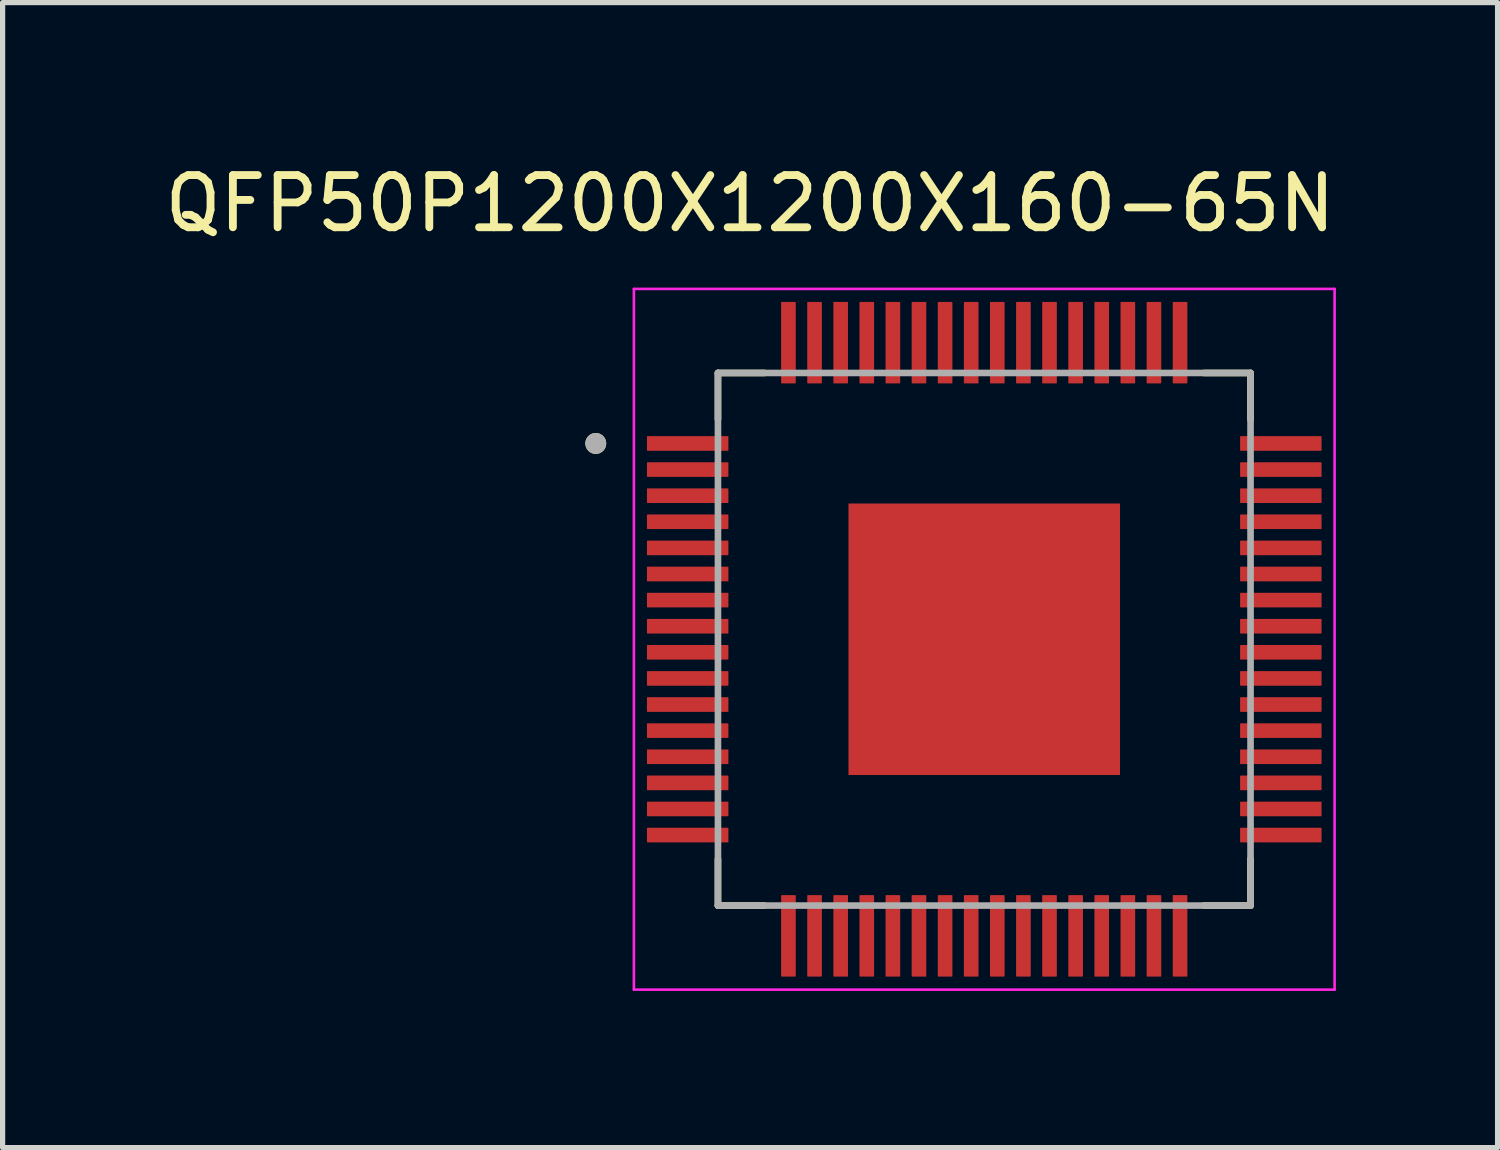
<source format=kicad_pcb>
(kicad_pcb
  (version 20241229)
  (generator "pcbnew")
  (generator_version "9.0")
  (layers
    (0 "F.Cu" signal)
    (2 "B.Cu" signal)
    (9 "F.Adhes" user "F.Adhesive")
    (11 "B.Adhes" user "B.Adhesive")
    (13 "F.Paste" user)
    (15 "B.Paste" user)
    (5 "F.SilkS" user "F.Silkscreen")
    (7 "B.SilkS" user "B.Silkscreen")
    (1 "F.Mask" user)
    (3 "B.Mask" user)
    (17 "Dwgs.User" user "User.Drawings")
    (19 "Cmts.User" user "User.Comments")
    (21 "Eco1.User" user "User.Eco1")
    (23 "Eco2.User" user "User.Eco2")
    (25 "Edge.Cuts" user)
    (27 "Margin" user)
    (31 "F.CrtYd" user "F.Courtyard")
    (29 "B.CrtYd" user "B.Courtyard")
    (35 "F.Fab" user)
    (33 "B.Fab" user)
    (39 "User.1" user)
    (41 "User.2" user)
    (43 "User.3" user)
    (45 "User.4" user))
  (footprint "QFP50P1200X1200X160-65N"
    (layer "F.Cu")
    (at 15.8 9.193)
    (property "Reference" "QFP50P1200X1200X160-65N" (at -4.485 -8.345 0) (layer "F.SilkS") (effects (font (size 1 1) (thickness 0.15))))
    (attr through_hole)
    (fp_line (start -5.1 -5.1) (end -5.1 -4.21) (stroke (width 0.127) (type solid)) (layer "F.SilkS"))
    (fp_line (start -5.1 -5.1) (end -4.21 -5.1) (stroke (width 0.127) (type solid)) (layer "F.SilkS"))
    (fp_line (start -5.1 5.1) (end -5.1 4.21) (stroke (width 0.127) (type solid)) (layer "F.SilkS"))
    (fp_line (start -5.1 5.1) (end -4.21 5.1) (stroke (width 0.127) (type solid)) (layer "F.SilkS"))
    (fp_line (start 5.1 -5.1) (end 4.21 -5.1) (stroke (width 0.127) (type solid)) (layer "F.SilkS"))
    (fp_line (start 5.1 -5.1) (end 5.1 -4.21) (stroke (width 0.127) (type solid)) (layer "F.SilkS"))
    (fp_line (start 5.1 5.1) (end 4.21 5.1) (stroke (width 0.127) (type solid)) (layer "F.SilkS"))
    (fp_line (start 5.1 5.1) (end 5.1 4.21) (stroke (width 0.127) (type solid)) (layer "F.SilkS"))
    (fp_circle (center -7.44 -3.75) (end -7.34 -3.75) (stroke (width 0.2) (type solid)) (fill no) (layer "F.SilkS"))
    (fp_poly (pts (xy -2.12 -2.12) (xy -0.48 -2.12) (xy -0.48 -0.48) (xy -2.12 -0.48)) (stroke (width 0.01) (type solid)) (fill yes) (layer "F.Paste"))
    (fp_poly (pts (xy -2.12 0.48) (xy -0.48 0.48) (xy -0.48 2.12) (xy -2.12 2.12)) (stroke (width 0.01) (type solid)) (fill yes) (layer "F.Paste"))
    (fp_poly (pts (xy 0.48 -2.12) (xy 2.12 -2.12) (xy 2.12 -0.48) (xy 0.48 -0.48)) (stroke (width 0.01) (type solid)) (fill yes) (layer "F.Paste"))
    (fp_poly (pts (xy 0.48 0.48) (xy 2.12 0.48) (xy 2.12 2.12) (xy 0.48 2.12)) (stroke (width 0.01) (type solid)) (fill yes) (layer "F.Paste"))
    (fp_line (start -6.71 -6.71) (end 6.71 -6.71) (stroke (width 0.05) (type solid)) (layer "F.CrtYd"))
    (fp_line (start -6.71 6.71) (end -6.71 -6.71) (stroke (width 0.05) (type solid)) (layer "F.CrtYd"))
    (fp_line (start -6.71 6.71) (end 6.71 6.71) (stroke (width 0.05) (type solid)) (layer "F.CrtYd"))
    (fp_line (start 6.71 6.71) (end 6.71 -6.71) (stroke (width 0.05) (type solid)) (layer "F.CrtYd"))
    (fp_line (start -5.1 5.1) (end -5.1 -5.1) (stroke (width 0.127) (type solid)) (layer "F.Fab"))
    (fp_line (start 5.1 -5.1) (end -5.1 -5.1) (stroke (width 0.127) (type solid)) (layer "F.Fab"))
    (fp_line (start 5.1 5.1) (end -5.1 5.1) (stroke (width 0.127) (type solid)) (layer "F.Fab"))
    (fp_line (start 5.1 5.1) (end 5.1 -5.1) (stroke (width 0.127) (type solid)) (layer "F.Fab"))
    (fp_circle (center -7.44 -3.75) (end -7.34 -3.75) (stroke (width 0.2) (type solid)) (fill no) (layer "F.Fab"))
    (pad "1" smd roundrect (at -5.68 -3.75) (size 1.56 0.28) (layers "F.Cu" "F.Mask" "F.Paste") (roundrect_rratio 0.04))
    (pad "2" smd roundrect (at -5.68 -3.25) (size 1.56 0.28) (layers "F.Cu" "F.Mask" "F.Paste") (roundrect_rratio 0.04))
    (pad "3" smd roundrect (at -5.68 -2.75) (size 1.56 0.28) (layers "F.Cu" "F.Mask" "F.Paste") (roundrect_rratio 0.04))
    (pad "4" smd roundrect (at -5.68 -2.25) (size 1.56 0.28) (layers "F.Cu" "F.Mask" "F.Paste") (roundrect_rratio 0.04))
    (pad "5" smd roundrect (at -5.68 -1.75) (size 1.56 0.28) (layers "F.Cu" "F.Mask" "F.Paste") (roundrect_rratio 0.04))
    (pad "6" smd roundrect (at -5.68 -1.25) (size 1.56 0.28) (layers "F.Cu" "F.Mask" "F.Paste") (roundrect_rratio 0.04))
    (pad "7" smd roundrect (at -5.68 -0.75) (size 1.56 0.28) (layers "F.Cu" "F.Mask" "F.Paste") (roundrect_rratio 0.04))
    (pad "8" smd roundrect (at -5.68 -0.25) (size 1.56 0.28) (layers "F.Cu" "F.Mask" "F.Paste") (roundrect_rratio 0.04))
    (pad "9" smd roundrect (at -5.68 0.25) (size 1.56 0.28) (layers "F.Cu" "F.Mask" "F.Paste") (roundrect_rratio 0.04))
    (pad "10" smd roundrect (at -5.68 0.75) (size 1.56 0.28) (layers "F.Cu" "F.Mask" "F.Paste") (roundrect_rratio 0.04))
    (pad "11" smd roundrect (at -5.68 1.25) (size 1.56 0.28) (layers "F.Cu" "F.Mask" "F.Paste") (roundrect_rratio 0.04))
    (pad "12" smd roundrect (at -5.68 1.75) (size 1.56 0.28) (layers "F.Cu" "F.Mask" "F.Paste") (roundrect_rratio 0.04))
    (pad "13" smd roundrect (at -5.68 2.25) (size 1.56 0.28) (layers "F.Cu" "F.Mask" "F.Paste") (roundrect_rratio 0.04))
    (pad "14" smd roundrect (at -5.68 2.75) (size 1.56 0.28) (layers "F.Cu" "F.Mask" "F.Paste") (roundrect_rratio 0.04))
    (pad "15" smd roundrect (at -5.68 3.25) (size 1.56 0.28) (layers "F.Cu" "F.Mask" "F.Paste") (roundrect_rratio 0.04))
    (pad "16" smd roundrect (at -5.68 3.75) (size 1.56 0.28) (layers "F.Cu" "F.Mask" "F.Paste") (roundrect_rratio 0.04))
    (pad "17" smd roundrect (at -3.75 5.68 90) (size 1.56 0.28) (layers "F.Cu" "F.Mask" "F.Paste") (roundrect_rratio 0.04))
    (pad "18" smd roundrect (at -3.25 5.68 90) (size 1.56 0.28) (layers "F.Cu" "F.Mask" "F.Paste") (roundrect_rratio 0.04))
    (pad "19" smd roundrect (at -2.75 5.68 90) (size 1.56 0.28) (layers "F.Cu" "F.Mask" "F.Paste") (roundrect_rratio 0.04))
    (pad "20" smd roundrect (at -2.25 5.68 90) (size 1.56 0.28) (layers "F.Cu" "F.Mask" "F.Paste") (roundrect_rratio 0.04))
    (pad "21" smd roundrect (at -1.75 5.68 90) (size 1.56 0.28) (layers "F.Cu" "F.Mask" "F.Paste") (roundrect_rratio 0.04))
    (pad "22" smd roundrect (at -1.25 5.68 90) (size 1.56 0.28) (layers "F.Cu" "F.Mask" "F.Paste") (roundrect_rratio 0.04))
    (pad "23" smd roundrect (at -0.75 5.68 90) (size 1.56 0.28) (layers "F.Cu" "F.Mask" "F.Paste") (roundrect_rratio 0.04))
    (pad "24" smd roundrect (at -0.25 5.68 90) (size 1.56 0.28) (layers "F.Cu" "F.Mask" "F.Paste") (roundrect_rratio 0.04))
    (pad "25" smd roundrect (at 0.25 5.68 90) (size 1.56 0.28) (layers "F.Cu" "F.Mask" "F.Paste") (roundrect_rratio 0.04))
    (pad "26" smd roundrect (at 0.75 5.68 90) (size 1.56 0.28) (layers "F.Cu" "F.Mask" "F.Paste") (roundrect_rratio 0.04))
    (pad "27" smd roundrect (at 1.25 5.68 90) (size 1.56 0.28) (layers "F.Cu" "F.Mask" "F.Paste") (roundrect_rratio 0.04))
    (pad "28" smd roundrect (at 1.75 5.68 90) (size 1.56 0.28) (layers "F.Cu" "F.Mask" "F.Paste") (roundrect_rratio 0.04))
    (pad "29" smd roundrect (at 2.25 5.68 90) (size 1.56 0.28) (layers "F.Cu" "F.Mask" "F.Paste") (roundrect_rratio 0.04))
    (pad "30" smd roundrect (at 2.75 5.68 90) (size 1.56 0.28) (layers "F.Cu" "F.Mask" "F.Paste") (roundrect_rratio 0.04))
    (pad "31" smd roundrect (at 3.25 5.68 90) (size 1.56 0.28) (layers "F.Cu" "F.Mask" "F.Paste") (roundrect_rratio 0.04))
    (pad "32" smd roundrect (at 3.75 5.68 90) (size 1.56 0.28) (layers "F.Cu" "F.Mask" "F.Paste") (roundrect_rratio 0.04))
    (pad "33" smd roundrect (at 5.68 3.75) (size 1.56 0.28) (layers "F.Cu" "F.Mask" "F.Paste") (roundrect_rratio 0.04))
    (pad "34" smd roundrect (at 5.68 3.25) (size 1.56 0.28) (layers "F.Cu" "F.Mask" "F.Paste") (roundrect_rratio 0.04))
    (pad "35" smd roundrect (at 5.68 2.75) (size 1.56 0.28) (layers "F.Cu" "F.Mask" "F.Paste") (roundrect_rratio 0.04))
    (pad "36" smd roundrect (at 5.68 2.25) (size 1.56 0.28) (layers "F.Cu" "F.Mask" "F.Paste") (roundrect_rratio 0.04))
    (pad "37" smd roundrect (at 5.68 1.75) (size 1.56 0.28) (layers "F.Cu" "F.Mask" "F.Paste") (roundrect_rratio 0.04))
    (pad "38" smd roundrect (at 5.68 1.25) (size 1.56 0.28) (layers "F.Cu" "F.Mask" "F.Paste") (roundrect_rratio 0.04))
    (pad "39" smd roundrect (at 5.68 0.75) (size 1.56 0.28) (layers "F.Cu" "F.Mask" "F.Paste") (roundrect_rratio 0.04))
    (pad "40" smd roundrect (at 5.68 0.25) (size 1.56 0.28) (layers "F.Cu" "F.Mask" "F.Paste") (roundrect_rratio 0.04))
    (pad "41" smd roundrect (at 5.68 -0.25) (size 1.56 0.28) (layers "F.Cu" "F.Mask" "F.Paste") (roundrect_rratio 0.04))
    (pad "42" smd roundrect (at 5.68 -0.75) (size 1.56 0.28) (layers "F.Cu" "F.Mask" "F.Paste") (roundrect_rratio 0.04))
    (pad "43" smd roundrect (at 5.68 -1.25) (size 1.56 0.28) (layers "F.Cu" "F.Mask" "F.Paste") (roundrect_rratio 0.04))
    (pad "44" smd roundrect (at 5.68 -1.75) (size 1.56 0.28) (layers "F.Cu" "F.Mask" "F.Paste") (roundrect_rratio 0.04))
    (pad "45" smd roundrect (at 5.68 -2.25) (size 1.56 0.28) (layers "F.Cu" "F.Mask" "F.Paste") (roundrect_rratio 0.04))
    (pad "46" smd roundrect (at 5.68 -2.75) (size 1.56 0.28) (layers "F.Cu" "F.Mask" "F.Paste") (roundrect_rratio 0.04))
    (pad "47" smd roundrect (at 5.68 -3.25) (size 1.56 0.28) (layers "F.Cu" "F.Mask" "F.Paste") (roundrect_rratio 0.04))
    (pad "48" smd roundrect (at 5.68 -3.75) (size 1.56 0.28) (layers "F.Cu" "F.Mask" "F.Paste") (roundrect_rratio 0.04))
    (pad "49" smd roundrect (at 3.75 -5.68 90) (size 1.56 0.28) (layers "F.Cu" "F.Mask" "F.Paste") (roundrect_rratio 0.04))
    (pad "50" smd roundrect (at 3.25 -5.68 90) (size 1.56 0.28) (layers "F.Cu" "F.Mask" "F.Paste") (roundrect_rratio 0.04))
    (pad "51" smd roundrect (at 2.75 -5.68 90) (size 1.56 0.28) (layers "F.Cu" "F.Mask" "F.Paste") (roundrect_rratio 0.04))
    (pad "52" smd roundrect (at 2.25 -5.68 90) (size 1.56 0.28) (layers "F.Cu" "F.Mask" "F.Paste") (roundrect_rratio 0.04))
    (pad "53" smd roundrect (at 1.75 -5.68 90) (size 1.56 0.28) (layers "F.Cu" "F.Mask" "F.Paste") (roundrect_rratio 0.04))
    (pad "54" smd roundrect (at 1.25 -5.68 90) (size 1.56 0.28) (layers "F.Cu" "F.Mask" "F.Paste") (roundrect_rratio 0.04))
    (pad "55" smd roundrect (at 0.75 -5.68 90) (size 1.56 0.28) (layers "F.Cu" "F.Mask" "F.Paste") (roundrect_rratio 0.04))
    (pad "56" smd roundrect (at 0.25 -5.68 90) (size 1.56 0.28) (layers "F.Cu" "F.Mask" "F.Paste") (roundrect_rratio 0.04))
    (pad "57" smd roundrect (at -0.25 -5.68 90) (size 1.56 0.28) (layers "F.Cu" "F.Mask" "F.Paste") (roundrect_rratio 0.04))
    (pad "58" smd roundrect (at -0.75 -5.68 90) (size 1.56 0.28) (layers "F.Cu" "F.Mask" "F.Paste") (roundrect_rratio 0.04))
    (pad "59" smd roundrect (at -1.25 -5.68 90) (size 1.56 0.28) (layers "F.Cu" "F.Mask" "F.Paste") (roundrect_rratio 0.04))
    (pad "60" smd roundrect (at -1.75 -5.68 90) (size 1.56 0.28) (layers "F.Cu" "F.Mask" "F.Paste") (roundrect_rratio 0.04))
    (pad "61" smd roundrect (at -2.25 -5.68 90) (size 1.56 0.28) (layers "F.Cu" "F.Mask" "F.Paste") (roundrect_rratio 0.04))
    (pad "62" smd roundrect (at -2.75 -5.68 90) (size 1.56 0.28) (layers "F.Cu" "F.Mask" "F.Paste") (roundrect_rratio 0.04))
    (pad "63" smd roundrect (at -3.25 -5.68 90) (size 1.56 0.28) (layers "F.Cu" "F.Mask" "F.Paste") (roundrect_rratio 0.04))
    (pad "64" smd roundrect (at -3.75 -5.68 90) (size 1.56 0.28) (layers "F.Cu" "F.Mask" "F.Paste") (roundrect_rratio 0.04))
    (pad "65" smd rect (at 0 0) (size 5.2 5.2) (layers "F.Cu" "F.Mask")))
  (gr_rect
    (start -3 -3)
    (end 25.631 18.928)
    (stroke (width 0.1) (type default))
    (fill no)
    (layer "Edge.Cuts")))
</source>
